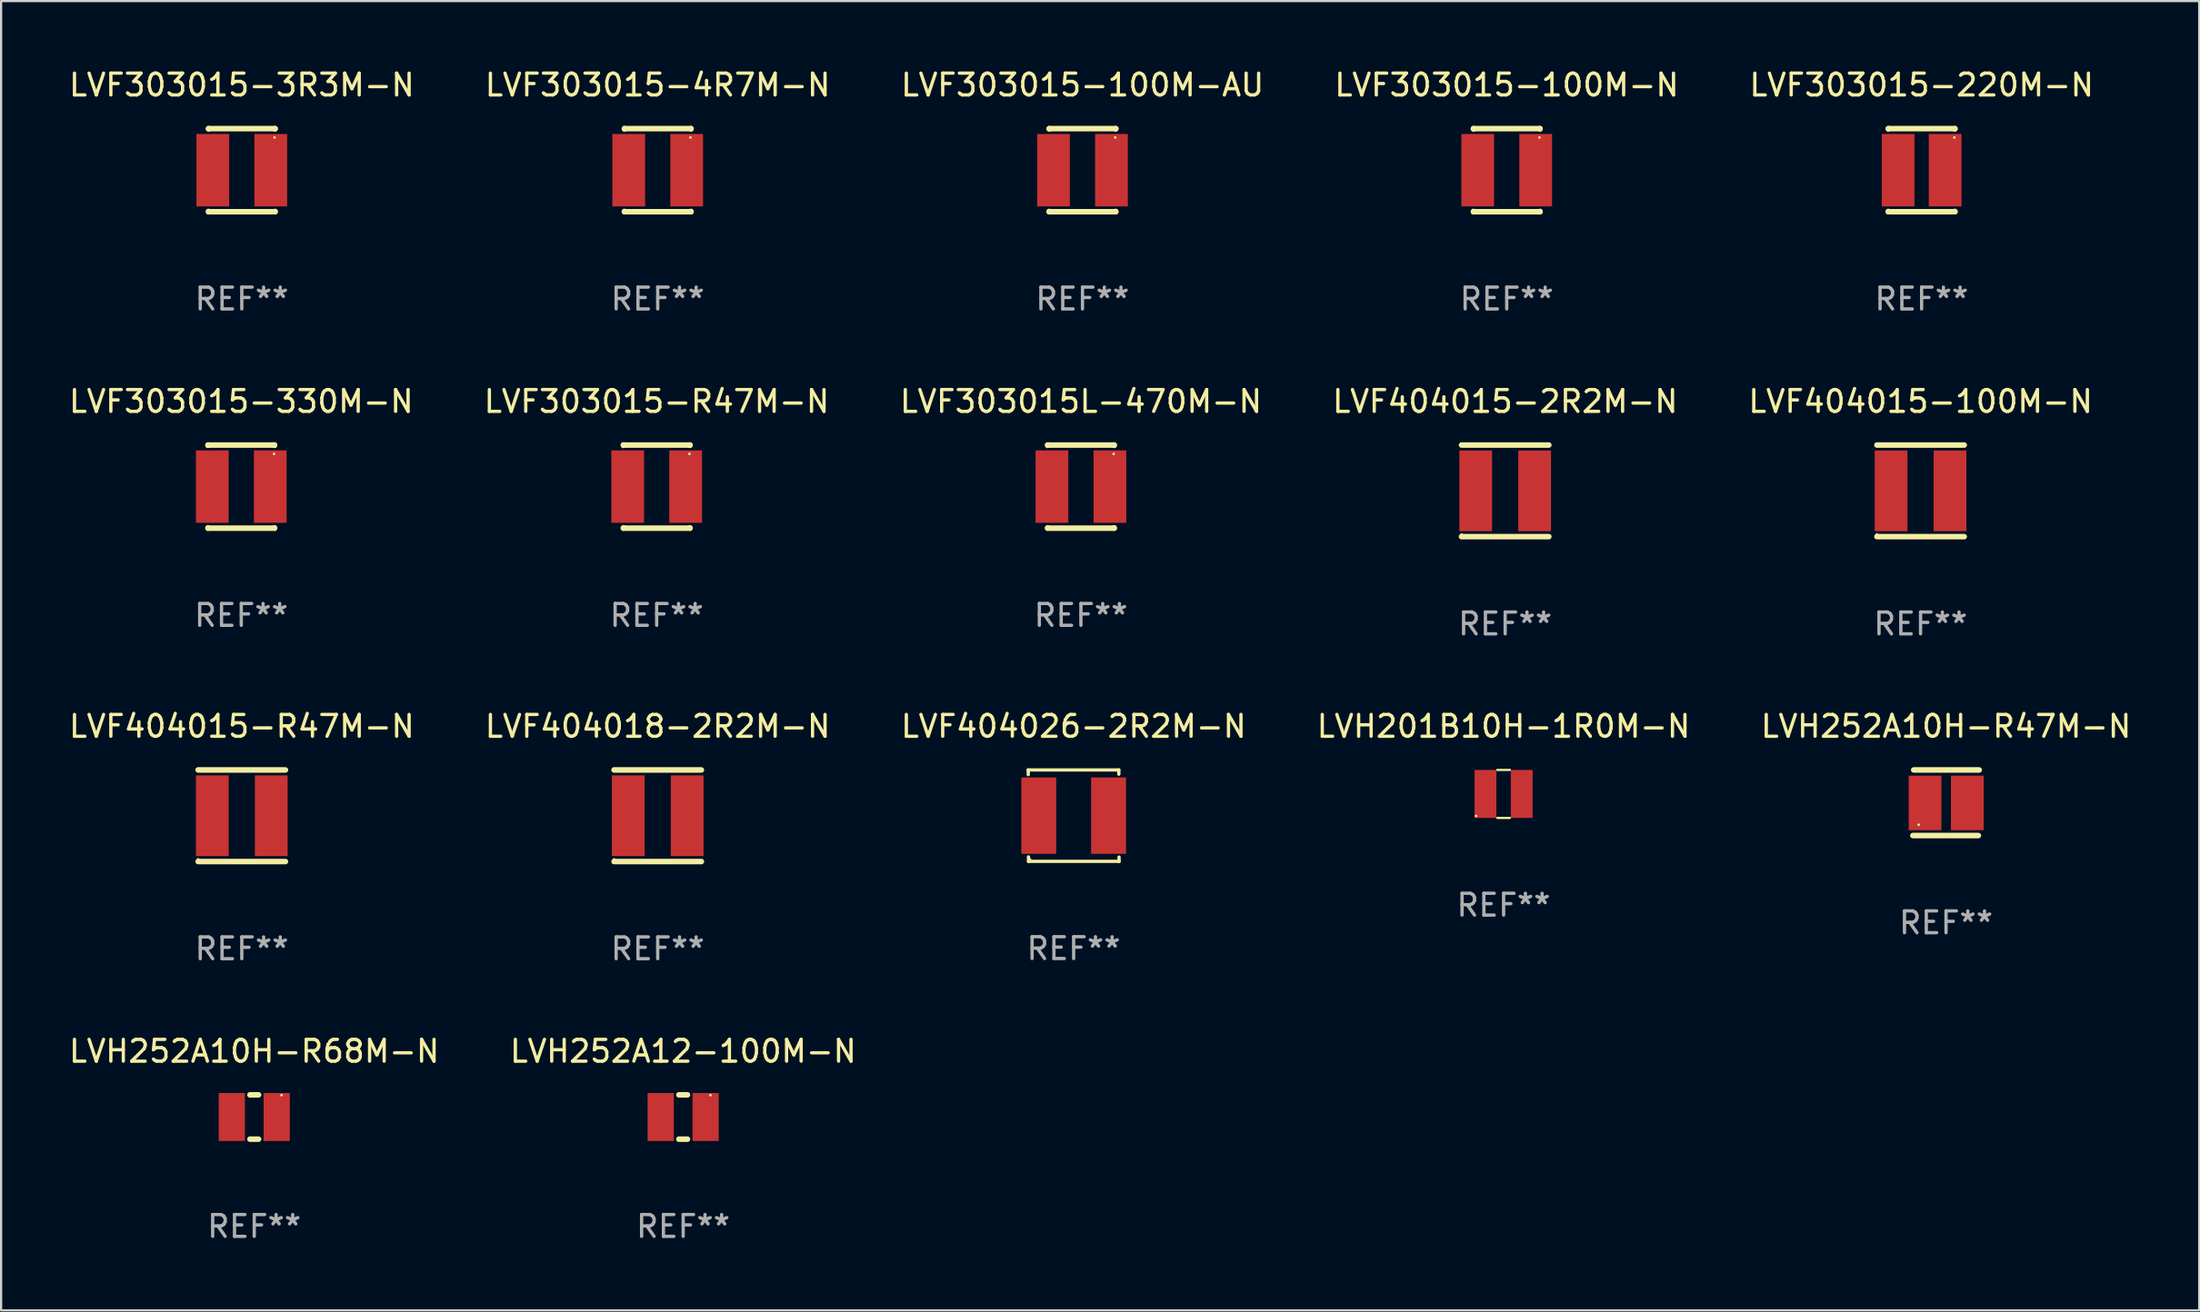
<source format=kicad_pcb>
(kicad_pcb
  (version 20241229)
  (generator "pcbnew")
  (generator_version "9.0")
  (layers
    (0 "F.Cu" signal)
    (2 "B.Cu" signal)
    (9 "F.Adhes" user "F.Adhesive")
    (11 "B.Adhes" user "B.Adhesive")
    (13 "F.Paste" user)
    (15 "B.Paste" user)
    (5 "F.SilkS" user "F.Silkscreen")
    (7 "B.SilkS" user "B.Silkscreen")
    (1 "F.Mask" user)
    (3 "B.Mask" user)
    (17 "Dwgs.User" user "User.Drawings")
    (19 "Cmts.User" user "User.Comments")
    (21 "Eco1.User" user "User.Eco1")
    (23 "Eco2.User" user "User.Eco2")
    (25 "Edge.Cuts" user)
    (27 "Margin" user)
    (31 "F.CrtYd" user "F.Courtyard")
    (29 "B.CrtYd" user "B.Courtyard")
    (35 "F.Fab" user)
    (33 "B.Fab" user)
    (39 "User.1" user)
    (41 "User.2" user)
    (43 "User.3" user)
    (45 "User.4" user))
  (footprint "LVH201B10H-1R0M-N"
    (layer "F.Cu")
    (at 65.851 33.351)
    (property "Reference" "LVH201B10H-1R0M-N" (at 0 -3.1 0) (layer "F.SilkS") (effects (font (size 1 1) (thickness 0.15))))
    (attr through_hole)
    (fp_line (start -0.287 -1.1) (end 0.287 -1.1) (stroke (width 0.102) (type solid)) (layer "F.SilkS"))
    (fp_line (start 0.287 1.1) (end -0.287 1.1) (stroke (width 0.102) (type solid)) (layer "F.SilkS"))
    (fp_circle (center -1.26 1.01) (end -1.23 1.01) (stroke (width 0.06) (type solid)) (fill no) (layer "F.SilkS"))
    (fp_text user "REF**" (at 0 5.1 0) (layer "F.Fab") (effects (font (size 1 1) (thickness 0.15))))
    (pad "1" smd rect (at -0.83 0) (size 1 2.2) (layers "F.Cu" "F.Mask" "F.Paste"))
    (pad "2" smd rect (at 0.83 0) (size 1 2.2) (layers "F.Cu" "F.Mask" "F.Paste")))
  (footprint "LVF303015-100M-N"
    (layer "F.Cu")
    (at 65.994 4.753)
    (property "Reference" "LVF303015-100M-N" (at 0 -3.905 0) (layer "F.SilkS") (effects (font (size 1 1) (thickness 0.15))))
    (attr through_hole)
    (fp_line (start -1.524 -1.905) (end 1.524 -1.905) (stroke (width 0.254) (type solid)) (layer "F.SilkS"))
    (fp_line (start -1.524 -1.891) (end -1.524 -1.905) (stroke (width 0.254) (type solid)) (layer "F.SilkS"))
    (fp_line (start -1.524 1.905) (end -1.524 1.891) (stroke (width 0.254) (type solid)) (layer "F.SilkS"))
    (fp_line (start -1.524 1.905) (end 1.524 1.905) (stroke (width 0.254) (type solid)) (layer "F.SilkS"))
    (fp_line (start 1.524 -1.905) (end 1.524 -1.891) (stroke (width 0.254) (type solid)) (layer "F.SilkS"))
    (fp_line (start 1.524 1.891) (end 1.524 1.905) (stroke (width 0.254) (type solid)) (layer "F.SilkS"))
    (fp_circle (center 1.5 -1.5) (end 1.53 -1.5) (stroke (width 0.06) (type solid)) (fill no) (layer "F.SilkS"))
    (fp_text user "REF**" (at 0 5.905 0) (layer "F.Fab") (effects (font (size 1 1) (thickness 0.15))))
    (pad "1" smd rect (at 1.328 0) (size 1.5 3.32) (layers "F.Cu" "F.Mask" "F.Paste"))
    (pad "2" smd rect (at -1.328 0) (size 1.5 3.32) (layers "F.Cu" "F.Mask" "F.Paste")))
  (footprint "LVF303015-220M-N"
    (layer "F.Cu")
    (at 85.006 4.753)
    (property "Reference" "LVF303015-220M-N" (at 0 -3.905 0) (layer "F.SilkS") (effects (font (size 1 1) (thickness 0.15))))
    (attr through_hole)
    (fp_line (start -1.524 -1.905) (end 1.524 -1.905) (stroke (width 0.254) (type solid)) (layer "F.SilkS"))
    (fp_line (start -1.524 -1.891) (end -1.524 -1.905) (stroke (width 0.254) (type solid)) (layer "F.SilkS"))
    (fp_line (start -1.524 1.905) (end -1.524 1.891) (stroke (width 0.254) (type solid)) (layer "F.SilkS"))
    (fp_line (start -1.524 1.905) (end 1.524 1.905) (stroke (width 0.254) (type solid)) (layer "F.SilkS"))
    (fp_line (start 1.524 -1.905) (end 1.524 -1.891) (stroke (width 0.254) (type solid)) (layer "F.SilkS"))
    (fp_line (start 1.524 1.891) (end 1.524 1.905) (stroke (width 0.254) (type solid)) (layer "F.SilkS"))
    (fp_circle (center 1.5 -1.5) (end 1.53 -1.5) (stroke (width 0.06) (type solid)) (fill no) (layer "F.SilkS"))
    (fp_text user "REF**" (at 0 5.905 0) (layer "F.Fab") (effects (font (size 1 1) (thickness 0.15))))
    (pad "1" smd rect (at 1.078 0.000076) (size 1.5 3.32) (layers "F.Cu" "F.Mask" "F.Paste"))
    (pad "2" smd rect (at -1.078 0.000076) (size 1.5 3.32) (layers "F.Cu" "F.Mask" "F.Paste")))
  (footprint "LVF404015-100M-N"
    (layer "F.Cu")
    (at 84.958 19.455)
    (property "Reference" "LVF404015-100M-N" (at 0 -4.1 0) (layer "F.SilkS") (effects (font (size 1 1) (thickness 0.15))))
    (attr through_hole)
    (fp_line (start -2 -2.1) (end 2 -2.1) (stroke (width 0.254) (type solid)) (layer "F.SilkS"))
    (fp_line (start -2 2.1) (end 2 2.1) (stroke (width 0.254) (type solid)) (layer "F.SilkS"))
    (fp_circle (center -2 2) (end -1.97 2) (stroke (width 0.06) (type solid)) (fill no) (layer "F.SilkS"))
    (fp_text user "REF**" (at 0 6.1 0) (layer "F.Fab") (effects (font (size 1 1) (thickness 0.15))))
    (pad "1" smd rect (at -1.35 0 90) (size 3.7 1.5) (layers "F.Cu" "F.Mask" "F.Paste"))
    (pad "2" smd rect (at 1.35 0 90) (size 3.7 1.5) (layers "F.Cu" "F.Mask" "F.Paste")))
  (footprint "LVF303015L-470M-N"
    (layer "F.Cu")
    (at 46.482 19.26)
    (property "Reference" "LVF303015L-470M-N" (at 0 -3.905 0) (layer "F.SilkS") (effects (font (size 1 1) (thickness 0.15))))
    (attr through_hole)
    (fp_line (start -1.524 -1.905) (end 1.524 -1.905) (stroke (width 0.254) (type solid)) (layer "F.SilkS"))
    (fp_line (start -1.524 -1.891) (end -1.524 -1.905) (stroke (width 0.254) (type solid)) (layer "F.SilkS"))
    (fp_line (start -1.524 1.905) (end -1.524 1.891) (stroke (width 0.254) (type solid)) (layer "F.SilkS"))
    (fp_line (start -1.524 1.905) (end 1.524 1.905) (stroke (width 0.254) (type solid)) (layer "F.SilkS"))
    (fp_line (start 1.524 -1.905) (end 1.524 -1.891) (stroke (width 0.254) (type solid)) (layer "F.SilkS"))
    (fp_line (start 1.524 1.891) (end 1.524 1.905) (stroke (width 0.254) (type solid)) (layer "F.SilkS"))
    (fp_circle (center 1.5 -1.5) (end 1.53 -1.5) (stroke (width 0.06) (type solid)) (fill no) (layer "F.SilkS"))
    (fp_text user "REF**" (at 0 5.905 0) (layer "F.Fab") (effects (font (size 1 1) (thickness 0.15))))
    (pad "1" smd rect (at 1.328 0) (size 1.5 3.32) (layers "F.Cu" "F.Mask" "F.Paste"))
    (pad "2" smd rect (at -1.328 0) (size 1.5 3.32) (layers "F.Cu" "F.Mask" "F.Paste")))
  (footprint "LVF303015-100M-AU"
    (layer "F.Cu")
    (at 46.554 4.753)
    (property "Reference" "LVF303015-100M-AU" (at 0 -3.905 0) (layer "F.SilkS") (effects (font (size 1 1) (thickness 0.15))))
    (attr through_hole)
    (fp_line (start -1.524 -1.905) (end 1.524 -1.905) (stroke (width 0.254) (type solid)) (layer "F.SilkS"))
    (fp_line (start -1.524 -1.891) (end -1.524 -1.905) (stroke (width 0.254) (type solid)) (layer "F.SilkS"))
    (fp_line (start -1.524 1.905) (end -1.524 1.891) (stroke (width 0.254) (type solid)) (layer "F.SilkS"))
    (fp_line (start -1.524 1.905) (end 1.524 1.905) (stroke (width 0.254) (type solid)) (layer "F.SilkS"))
    (fp_line (start 1.524 -1.905) (end 1.524 -1.891) (stroke (width 0.254) (type solid)) (layer "F.SilkS"))
    (fp_line (start 1.524 1.891) (end 1.524 1.905) (stroke (width 0.254) (type solid)) (layer "F.SilkS"))
    (fp_circle (center 1.5 -1.5) (end 1.53 -1.5) (stroke (width 0.06) (type solid)) (fill no) (layer "F.SilkS"))
    (fp_text user "REF**" (at 0 5.905 0) (layer "F.Fab") (effects (font (size 1 1) (thickness 0.15))))
    (pad "1" smd rect (at 1.328 0) (size 1.5 3.32) (layers "F.Cu" "F.Mask" "F.Paste"))
    (pad "2" smd rect (at -1.328 0) (size 1.5 3.32) (layers "F.Cu" "F.Mask" "F.Paste")))
  (footprint "LVH252A12-100M-N"
    (layer "F.Cu")
    (at 28.256 48.164)
    (property "Reference" "LVH252A12-100M-N" (at 0 -3.016 0) (layer "F.SilkS") (effects (font (size 1 1) (thickness 0.15))))
    (attr through_hole)
    (fp_line (start -0.197 1.016) (end 0.197 1.016) (stroke (width 0.254) (type solid)) (layer "F.SilkS"))
    (fp_line (start 0.197 -1.016) (end -0.197 -1.016) (stroke (width 0.254) (type solid)) (layer "F.SilkS"))
    (fp_circle (center 1.25 -1) (end 1.28 -1) (stroke (width 0.06) (type solid)) (fill no) (layer "F.SilkS"))
    (fp_text user "REF**" (at 0 5.016 0) (layer "F.Fab") (effects (font (size 1 1) (thickness 0.15))))
    (pad "1" smd rect (at 1.028 0) (size 1.2 2.2) (layers "F.Cu" "F.Mask" "F.Paste"))
    (pad "2" smd rect (at -1.028 0) (size 1.2 2.2) (layers "F.Cu" "F.Mask" "F.Paste")))
  (footprint "LVF303015-4R7M-N"
    (layer "F.Cu")
    (at 27.089 4.753)
    (property "Reference" "LVF303015-4R7M-N" (at 0 -3.905 0) (layer "F.SilkS") (effects (font (size 1 1) (thickness 0.15))))
    (attr through_hole)
    (fp_line (start -1.524 -1.905) (end 1.524 -1.905) (stroke (width 0.254) (type solid)) (layer "F.SilkS"))
    (fp_line (start -1.524 -1.891) (end -1.524 -1.905) (stroke (width 0.254) (type solid)) (layer "F.SilkS"))
    (fp_line (start -1.524 1.905) (end -1.524 1.891) (stroke (width 0.254) (type solid)) (layer "F.SilkS"))
    (fp_line (start -1.524 1.905) (end 1.524 1.905) (stroke (width 0.254) (type solid)) (layer "F.SilkS"))
    (fp_line (start 1.524 -1.905) (end 1.524 -1.891) (stroke (width 0.254) (type solid)) (layer "F.SilkS"))
    (fp_line (start 1.524 1.891) (end 1.524 1.905) (stroke (width 0.254) (type solid)) (layer "F.SilkS"))
    (fp_circle (center 1.5 -1.5) (end 1.53 -1.5) (stroke (width 0.06) (type solid)) (fill no) (layer "F.SilkS"))
    (fp_text user "REF**" (at 0 5.905 0) (layer "F.Fab") (effects (font (size 1 1) (thickness 0.15))))
    (pad "1" smd rect (at 1.328 0) (size 1.5 3.32) (layers "F.Cu" "F.Mask" "F.Paste"))
    (pad "2" smd rect (at -1.328 0) (size 1.5 3.32) (layers "F.Cu" "F.Mask" "F.Paste")))
  (footprint "LVF303015-3R3M-N"
    (layer "F.Cu")
    (at 8.03 4.753)
    (property "Reference" "LVF303015-3R3M-N" (at 0 -3.905 0) (layer "F.SilkS") (effects (font (size 1 1) (thickness 0.15))))
    (attr through_hole)
    (fp_line (start -1.524 -1.905) (end 1.524 -1.905) (stroke (width 0.254) (type solid)) (layer "F.SilkS"))
    (fp_line (start -1.524 -1.891) (end -1.524 -1.905) (stroke (width 0.254) (type solid)) (layer "F.SilkS"))
    (fp_line (start -1.524 1.905) (end -1.524 1.891) (stroke (width 0.254) (type solid)) (layer "F.SilkS"))
    (fp_line (start -1.524 1.905) (end 1.524 1.905) (stroke (width 0.254) (type solid)) (layer "F.SilkS"))
    (fp_line (start 1.524 -1.905) (end 1.524 -1.891) (stroke (width 0.254) (type solid)) (layer "F.SilkS"))
    (fp_line (start 1.524 1.891) (end 1.524 1.905) (stroke (width 0.254) (type solid)) (layer "F.SilkS"))
    (fp_circle (center 1.5 -1.5) (end 1.53 -1.5) (stroke (width 0.06) (type solid)) (fill no) (layer "F.SilkS"))
    (fp_text user "REF**" (at 0 5.905 0) (layer "F.Fab") (effects (font (size 1 1) (thickness 0.15))))
    (pad "1" smd rect (at 1.328 0) (size 1.5 3.32) (layers "F.Cu" "F.Mask" "F.Paste"))
    (pad "2" smd rect (at -1.328 0) (size 1.5 3.32) (layers "F.Cu" "F.Mask" "F.Paste")))
  (footprint "LVF303015-330M-N"
    (layer "F.Cu")
    (at 8.006 19.26)
    (property "Reference" "LVF303015-330M-N" (at 0 -3.905 0) (layer "F.SilkS") (effects (font (size 1 1) (thickness 0.15))))
    (attr through_hole)
    (fp_line (start -1.524 -1.905) (end 1.524 -1.905) (stroke (width 0.254) (type solid)) (layer "F.SilkS"))
    (fp_line (start -1.524 -1.891) (end -1.524 -1.905) (stroke (width 0.254) (type solid)) (layer "F.SilkS"))
    (fp_line (start -1.524 1.905) (end -1.524 1.891) (stroke (width 0.254) (type solid)) (layer "F.SilkS"))
    (fp_line (start -1.524 1.905) (end 1.524 1.905) (stroke (width 0.254) (type solid)) (layer "F.SilkS"))
    (fp_line (start 1.524 -1.905) (end 1.524 -1.891) (stroke (width 0.254) (type solid)) (layer "F.SilkS"))
    (fp_line (start 1.524 1.891) (end 1.524 1.905) (stroke (width 0.254) (type solid)) (layer "F.SilkS"))
    (fp_circle (center 1.5 -1.5) (end 1.53 -1.5) (stroke (width 0.06) (type solid)) (fill no) (layer "F.SilkS"))
    (fp_text user "REF**" (at 0 5.905 0) (layer "F.Fab") (effects (font (size 1 1) (thickness 0.15))))
    (pad "1" smd rect (at 1.328 0) (size 1.5 3.32) (layers "F.Cu" "F.Mask" "F.Paste"))
    (pad "2" smd rect (at -1.328 0) (size 1.5 3.32) (layers "F.Cu" "F.Mask" "F.Paste")))
  (footprint "LVF404015-2R2M-N"
    (layer "F.Cu")
    (at 65.923 19.455)
    (property "Reference" "LVF404015-2R2M-N" (at 0 -4.1 0) (layer "F.SilkS") (effects (font (size 1 1) (thickness 0.15))))
    (attr through_hole)
    (fp_line (start -2 -2.1) (end 2 -2.1) (stroke (width 0.254) (type solid)) (layer "F.SilkS"))
    (fp_line (start -2 2.1) (end 2 2.1) (stroke (width 0.254) (type solid)) (layer "F.SilkS"))
    (fp_circle (center -2 2) (end -1.97 2) (stroke (width 0.06) (type solid)) (fill no) (layer "F.SilkS"))
    (fp_text user "REF**" (at 0 6.1 0) (layer "F.Fab") (effects (font (size 1 1) (thickness 0.15))))
    (pad "1" smd rect (at -1.35 0 90) (size 3.7 1.5) (layers "F.Cu" "F.Mask" "F.Paste"))
    (pad "2" smd rect (at 1.35 0 90) (size 3.7 1.5) (layers "F.Cu" "F.Mask" "F.Paste")))
  (footprint "LVH252A10H-R47M-N"
    (layer "F.Cu")
    (at 86.125 33.755)
    (property "Reference" "LVH252A10H-R47M-N" (at 0 -3.504 0) (layer "F.SilkS") (effects (font (size 1 1) (thickness 0.15))))
    (attr through_hole)
    (fp_line (start -1.519 1.504) (end 1.481 1.504) (stroke (width 0.254) (type solid)) (layer "F.SilkS"))
    (fp_line (start -1.481 -1.504) (end 1.519 -1.504) (stroke (width 0.254) (type solid)) (layer "F.SilkS"))
    (fp_circle (center -1.252 1.009) (end -1.222 1.009) (stroke (width 0.06) (type solid)) (fill no) (layer "F.SilkS"))
    (fp_text user "REF**" (at 0 5.504 0) (layer "F.Fab") (effects (font (size 1 1) (thickness 0.15))))
    (pad "1" smd rect (at -0.962 0.009) (size 1.5 2.5) (layers "F.Cu" "F.Mask" "F.Paste"))
    (pad "2" smd rect (at 0.975 0.009) (size 1.5 2.5) (layers "F.Cu" "F.Mask" "F.Paste")))
  (footprint "LVH252A10H-R68M-N"
    (layer "F.Cu")
    (at 8.601 48.164)
    (property "Reference" "LVH252A10H-R68M-N" (at 0 -3.016 0) (layer "F.SilkS") (effects (font (size 1 1) (thickness 0.15))))
    (attr through_hole)
    (fp_line (start -0.197 1.016) (end 0.197 1.016) (stroke (width 0.254) (type solid)) (layer "F.SilkS"))
    (fp_line (start 0.197 -1.016) (end -0.197 -1.016) (stroke (width 0.254) (type solid)) (layer "F.SilkS"))
    (fp_circle (center 1.25 -1) (end 1.28 -1) (stroke (width 0.06) (type solid)) (fill no) (layer "F.SilkS"))
    (fp_text user "REF**" (at 0 5.016 0) (layer "F.Fab") (effects (font (size 1 1) (thickness 0.15))))
    (pad "1" smd rect (at 1.028 0) (size 1.2 2.2) (layers "F.Cu" "F.Mask" "F.Paste"))
    (pad "2" smd rect (at -1.028 0) (size 1.2 2.2) (layers "F.Cu" "F.Mask" "F.Paste")))
  (footprint "LVF404018-2R2M-N"
    (layer "F.Cu")
    (at 27.089 34.351)
    (property "Reference" "LVF404018-2R2M-N" (at 0 -4.1 0) (layer "F.SilkS") (effects (font (size 1 1) (thickness 0.15))))
    (attr through_hole)
    (fp_line (start -2 -2.1) (end 2 -2.1) (stroke (width 0.254) (type solid)) (layer "F.SilkS"))
    (fp_line (start -2 2.1) (end 2 2.1) (stroke (width 0.254) (type solid)) (layer "F.SilkS"))
    (fp_circle (center -2 2) (end -1.97 2) (stroke (width 0.06) (type solid)) (fill no) (layer "F.SilkS"))
    (fp_text user "REF**" (at 0 6.1 0) (layer "F.Fab") (effects (font (size 1 1) (thickness 0.15))))
    (pad "1" smd rect (at -1.35 0 90) (size 3.7 1.5) (layers "F.Cu" "F.Mask" "F.Paste"))
    (pad "2" smd rect (at 1.35 0 90) (size 3.7 1.5) (layers "F.Cu" "F.Mask" "F.Paste")))
  (footprint "LVF303015-R47M-N"
    (layer "F.Cu")
    (at 27.042 19.26)
    (property "Reference" "LVF303015-R47M-N" (at 0 -3.905 0) (layer "F.SilkS") (effects (font (size 1 1) (thickness 0.15))))
    (attr through_hole)
    (fp_line (start -1.524 -1.905) (end 1.524 -1.905) (stroke (width 0.254) (type solid)) (layer "F.SilkS"))
    (fp_line (start -1.524 -1.891) (end -1.524 -1.905) (stroke (width 0.254) (type solid)) (layer "F.SilkS"))
    (fp_line (start -1.524 1.905) (end -1.524 1.891) (stroke (width 0.254) (type solid)) (layer "F.SilkS"))
    (fp_line (start -1.524 1.905) (end 1.524 1.905) (stroke (width 0.254) (type solid)) (layer "F.SilkS"))
    (fp_line (start 1.524 -1.905) (end 1.524 -1.891) (stroke (width 0.254) (type solid)) (layer "F.SilkS"))
    (fp_line (start 1.524 1.891) (end 1.524 1.905) (stroke (width 0.254) (type solid)) (layer "F.SilkS"))
    (fp_circle (center 1.5 -1.5) (end 1.53 -1.5) (stroke (width 0.06) (type solid)) (fill no) (layer "F.SilkS"))
    (fp_text user "REF**" (at 0 5.905 0) (layer "F.Fab") (effects (font (size 1 1) (thickness 0.15))))
    (pad "1" smd rect (at 1.328 0) (size 1.5 3.32) (layers "F.Cu" "F.Mask" "F.Paste"))
    (pad "2" smd rect (at -1.328 0) (size 1.5 3.32) (layers "F.Cu" "F.Mask" "F.Paste")))
  (footprint "LVF404026-2R2M-N"
    (layer "F.Cu")
    (at 46.149 34.347)
    (property "Reference" "LVF404026-2R2M-N" (at 0 -4.096 0) (layer "F.SilkS") (effects (font (size 1 1) (thickness 0.15))))
    (attr through_hole)
    (fp_line (start -2.083 -2.096) (end -2.08 -1.88) (stroke (width 0.15) (type solid)) (layer "F.SilkS"))
    (fp_line (start -2.07 1.89) (end -2.07 2.096) (stroke (width 0.15) (type solid)) (layer "F.SilkS"))
    (fp_line (start -2.07 2.096) (end 2.083 2.096) (stroke (width 0.15) (type solid)) (layer "F.SilkS"))
    (fp_line (start 2.07 -1.9) (end 2.07 -2.096) (stroke (width 0.15) (type solid)) (layer "F.SilkS"))
    (fp_line (start 2.07 -2.096) (end -2.083 -2.096) (stroke (width 0.15) (type solid)) (layer "F.SilkS"))
    (fp_line (start 2.083 2.096) (end 2.08 1.9) (stroke (width 0.15) (type solid)) (layer "F.SilkS"))
    (fp_circle (center -2 2) (end -1.97 2) (stroke (width 0.06) (type solid)) (fill no) (layer "F.SilkS"))
    (fp_text user "REF**" (at 0 6.096 0) (layer "F.Fab") (effects (font (size 1 1) (thickness 0.15))))
    (pad "1" smd rect (at -1.6 -0.000343) (size 1.6 3.5) (layers "F.Cu" "F.Mask" "F.Paste"))
    (pad "2" smd rect (at 1.6 -0.000343) (size 1.6 3.5) (layers "F.Cu" "F.Mask" "F.Paste")))
  (footprint "LVF404015-R47M-N"
    (layer "F.Cu")
    (at 8.03 34.351)
    (property "Reference" "LVF404015-R47M-N" (at 0 -4.1 0) (layer "F.SilkS") (effects (font (size 1 1) (thickness 0.15))))
    (attr through_hole)
    (fp_line (start -2 -2.1) (end 2 -2.1) (stroke (width 0.254) (type solid)) (layer "F.SilkS"))
    (fp_line (start -2 2.1) (end 2 2.1) (stroke (width 0.254) (type solid)) (layer "F.SilkS"))
    (fp_circle (center -2 2) (end -1.97 2) (stroke (width 0.06) (type solid)) (fill no) (layer "F.SilkS"))
    (fp_text user "REF**" (at 0 6.1 0) (layer "F.Fab") (effects (font (size 1 1) (thickness 0.15))))
    (pad "1" smd rect (at -1.35 0 90) (size 3.7 1.5) (layers "F.Cu" "F.Mask" "F.Paste"))
    (pad "2" smd rect (at 1.35 0 90) (size 3.7 1.5) (layers "F.Cu" "F.Mask" "F.Paste")))
  (gr_rect
    (start -3 -3)
    (end 97.726 57.028)
    (stroke (width 0.1) (type default))
    (fill no)
    (layer "Edge.Cuts")))
</source>
